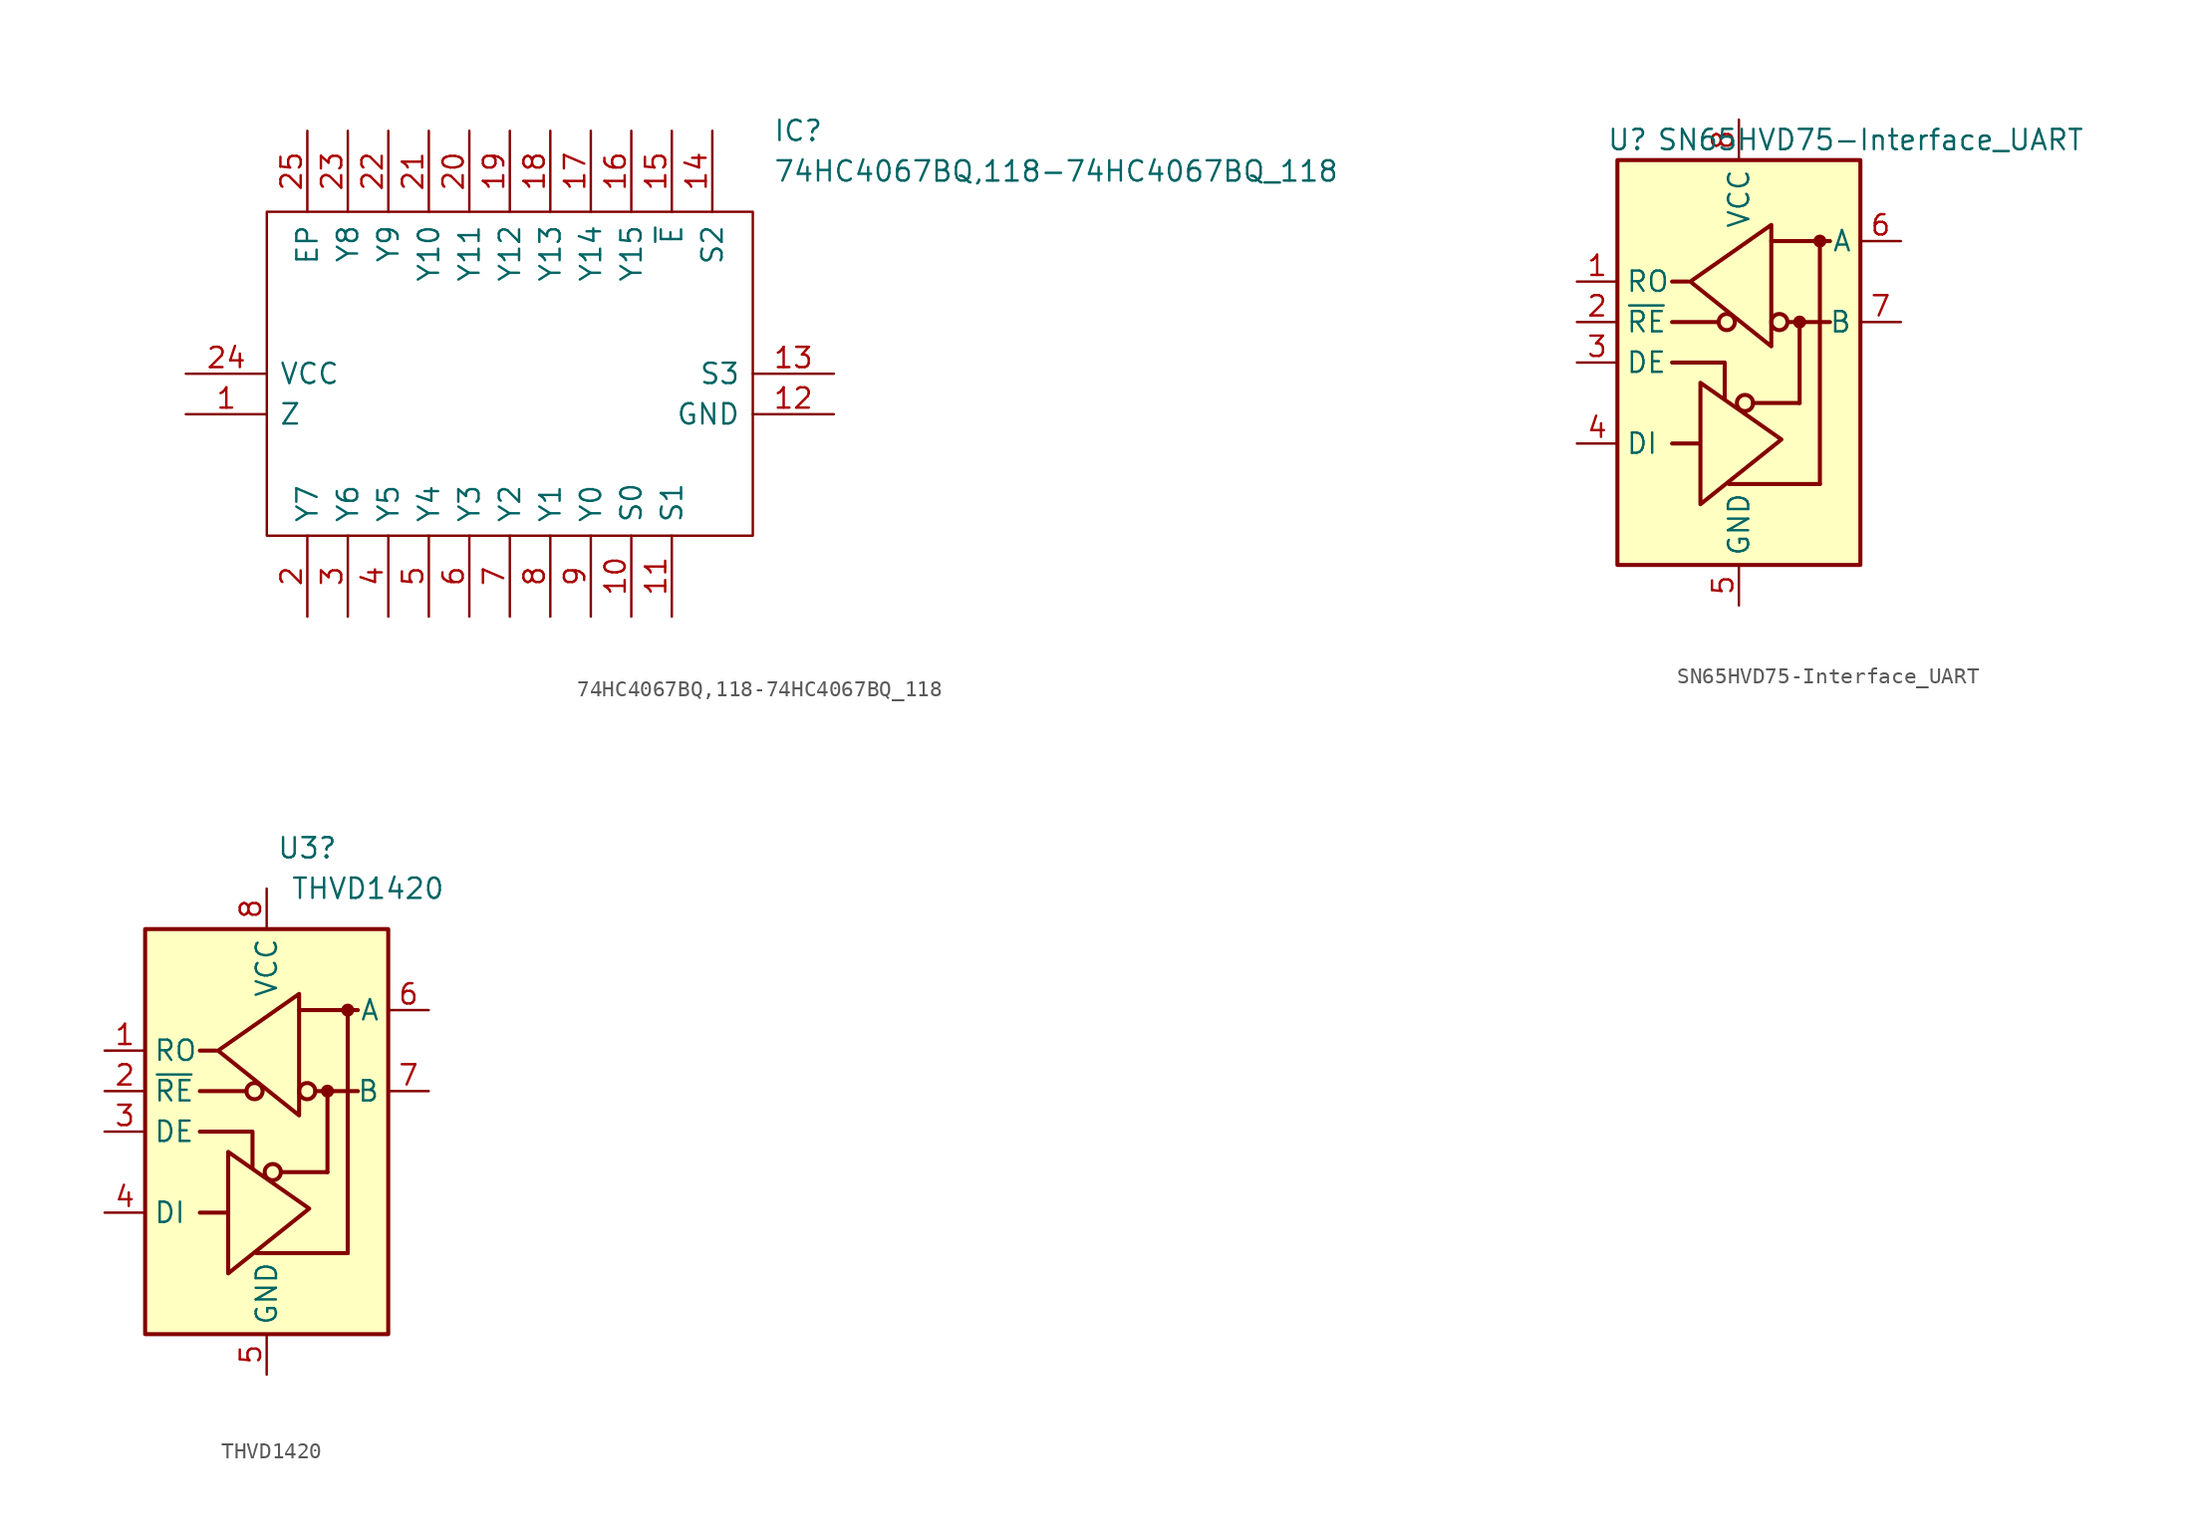
<source format=kicad_sym>
(kicad_symbol_lib
  (version 20211014)
  (generator kicad_symbol_editor)
  (symbol "74HC4067BQ,118-74HC4067BQ_118"
    (pin_names
      (offset 0.762))
    (property "Reference" "IC"
      (at 36.83 15.24 0)
      (effects (font (size 1.27 1.27)) (justify left)))
    (property "Value" "74HC4067BQ,118-74HC4067BQ_118"
      (at 36.83 12.7 0)
      (effects (font (size 1.27 1.27)) (justify left)))
    (symbol "74HC4067BQ,118-74HC4067BQ_118_0_0"
      (pin passive line (at 0 -2.54 0) (length 5.08) (name "Z" (effects (font (size 1.27 1.27)))) (number "1" (effects (font (size 1.27 1.27)))))
      (pin passive line (at 27.94 -15.24 90) (length 5.08) (name "S0" (effects (font (size 1.27 1.27)))) (number "10" (effects (font (size 1.27 1.27)))))
      (pin passive line (at 30.48 -15.24 90) (length 5.08) (name "S1" (effects (font (size 1.27 1.27)))) (number "11" (effects (font (size 1.27 1.27)))))
      (pin passive line (at 40.64 -2.54 180) (length 5.08) (name "GND" (effects (font (size 1.27 1.27)))) (number "12" (effects (font (size 1.27 1.27)))))
      (pin passive line (at 40.64 0 180) (length 5.08) (name "S3" (effects (font (size 1.27 1.27)))) (number "13" (effects (font (size 1.27 1.27)))))
      (pin passive line (at 33.02 15.24 270) (length 5.08) (name "S2" (effects (font (size 1.27 1.27)))) (number "14" (effects (font (size 1.27 1.27)))))
      (pin passive line (at 30.48 15.24 270) (length 5.08) (name "~{E}" (effects (font (size 1.27 1.27)))) (number "15" (effects (font (size 1.27 1.27)))))
      (pin passive line (at 27.94 15.24 270) (length 5.08) (name "Y15" (effects (font (size 1.27 1.27)))) (number "16" (effects (font (size 1.27 1.27)))))
      (pin passive line (at 25.4 15.24 270) (length 5.08) (name "Y14" (effects (font (size 1.27 1.27)))) (number "17" (effects (font (size 1.27 1.27)))))
      (pin passive line (at 22.86 15.24 270) (length 5.08) (name "Y13" (effects (font (size 1.27 1.27)))) (number "18" (effects (font (size 1.27 1.27)))))
      (pin passive line (at 20.32 15.24 270) (length 5.08) (name "Y12" (effects (font (size 1.27 1.27)))) (number "19" (effects (font (size 1.27 1.27)))))
      (pin passive line (at 7.62 -15.24 90) (length 5.08) (name "Y7" (effects (font (size 1.27 1.27)))) (number "2" (effects (font (size 1.27 1.27)))))
      (pin passive line (at 17.78 15.24 270) (length 5.08) (name "Y11" (effects (font (size 1.27 1.27)))) (number "20" (effects (font (size 1.27 1.27)))))
      (pin passive line (at 15.24 15.24 270) (length 5.08) (name "Y10" (effects (font (size 1.27 1.27)))) (number "21" (effects (font (size 1.27 1.27)))))
      (pin passive line (at 12.7 15.24 270) (length 5.08) (name "Y9" (effects (font (size 1.27 1.27)))) (number "22" (effects (font (size 1.27 1.27)))))
      (pin passive line (at 10.16 15.24 270) (length 5.08) (name "Y8" (effects (font (size 1.27 1.27)))) (number "23" (effects (font (size 1.27 1.27)))))
      (pin passive line (at 0 0 0) (length 5.08) (name "VCC" (effects (font (size 1.27 1.27)))) (number "24" (effects (font (size 1.27 1.27)))))
      (pin passive line (at 7.62 15.24 270) (length 5.08) (name "EP" (effects (font (size 1.27 1.27)))) (number "25" (effects (font (size 1.27 1.27)))))
      (pin passive line (at 10.16 -15.24 90) (length 5.08) (name "Y6" (effects (font (size 1.27 1.27)))) (number "3" (effects (font (size 1.27 1.27)))))
      (pin passive line (at 12.7 -15.24 90) (length 5.08) (name "Y5" (effects (font (size 1.27 1.27)))) (number "4" (effects (font (size 1.27 1.27)))))
      (pin passive line (at 15.24 -15.24 90) (length 5.08) (name "Y4" (effects (font (size 1.27 1.27)))) (number "5" (effects (font (size 1.27 1.27)))))
      (pin passive line (at 17.78 -15.24 90) (length 5.08) (name "Y3" (effects (font (size 1.27 1.27)))) (number "6" (effects (font (size 1.27 1.27)))))
      (pin passive line (at 20.32 -15.24 90) (length 5.08) (name "Y2" (effects (font (size 1.27 1.27)))) (number "7" (effects (font (size 1.27 1.27)))))
      (pin passive line (at 22.86 -15.24 90) (length 5.08) (name "Y1" (effects (font (size 1.27 1.27)))) (number "8" (effects (font (size 1.27 1.27)))))
      (pin passive line (at 25.4 -15.24 90) (length 5.08) (name "Y0" (effects (font (size 1.27 1.27)))) (number "9" (effects (font (size 1.27 1.27))))))
    (symbol "74HC4067BQ,118-74HC4067BQ_118_0_1"
      (polyline (pts (xy 5.08 10.16) (xy 35.56 10.16) (xy 35.56 -10.16) (xy 5.08 -10.16) (xy 5.08 10.16)) (stroke (width 0.152) (type default) (color 0 0 0 0)) (fill (type none)))))
  (symbol "SN65HVD75-Interface_UART"
    (property "Reference" "U"
      (at -6.985 13.97 0)
      (effects (font (size 1.27 1.27))))
    (property "Value" "SN65HVD75-Interface_UART"
      (at 8.255 13.97 0)
      (effects (font (size 1.27 1.27))))
    (symbol "SN65HVD75-Interface_UART_0_1"
      (rectangle (start -7.62 12.7) (end 7.62 -12.7) (stroke (width 0.254) (type default) (color 0 0 0 0)) (fill (type background))))
    (symbol "SN65HVD75-Interface_UART_1_1"
      (circle (center -0.762 2.54) (radius 0.508) (stroke (width 0.254) (type default) (color 0 0 0 0)) (fill (type none)))
      (polyline (pts (xy -4.191 2.54) (xy -1.27 2.54)) (stroke (width 0.254) (type default) (color 0 0 0 0)) (fill (type none)))
      (polyline (pts (xy -2.54 -5.08) (xy -4.191 -5.08)) (stroke (width 0.254) (type default) (color 0 0 0 0)) (fill (type none)))
      (polyline (pts (xy -0.635 -7.62) (xy 5.08 -7.62)) (stroke (width 0.254) (type default) (color 0 0 0 0)) (fill (type none)))
      (polyline (pts (xy 0.889 -2.54) (xy 3.81 -2.54)) (stroke (width 0.254) (type default) (color 0 0 0 0)) (fill (type none)))
      (polyline (pts (xy 2.032 7.62) (xy 5.715 7.62)) (stroke (width 0.254) (type default) (color 0 0 0 0)) (fill (type none)))
      (polyline (pts (xy 3.048 2.54) (xy 5.715 2.54)) (stroke (width 0.254) (type default) (color 0 0 0 0)) (fill (type none)))
      (polyline (pts (xy 3.81 -2.54) (xy 3.81 2.54)) (stroke (width 0.254) (type default) (color 0 0 0 0)) (fill (type none)))
      (polyline (pts (xy 5.08 -7.62) (xy 5.08 7.62)) (stroke (width 0.254) (type default) (color 0 0 0 0)) (fill (type none)))
      (polyline (pts (xy -4.191 0) (xy -0.889 0) (xy -0.889 -2.286)) (stroke (width 0.254) (type default) (color 0 0 0 0)) (fill (type none)))
      (polyline (pts (xy -3.175 5.08) (xy -4.191 5.08) (xy -4.064 5.08)) (stroke (width 0.254) (type default) (color 0 0 0 0)) (fill (type none)))
      (polyline (pts (xy -2.413 -5.08) (xy -2.413 -1.27) (xy 2.667 -4.826) (xy -2.413 -8.89) (xy -2.413 -5.08)) (stroke (width 0.254) (type default) (color 0 0 0 0)) (fill (type none)))
      (polyline (pts (xy 2.032 4.826) (xy 2.032 8.636) (xy -3.048 5.08) (xy 2.032 1.016) (xy 2.032 4.826)) (stroke (width 0.254) (type default) (color 0 0 0 0)) (fill (type none)))
      (circle (center 0.381 -2.54) (radius 0.508) (stroke (width 0.254) (type default) (color 0 0 0 0)) (fill (type none)))
      (circle (center 2.54 2.54) (radius 0.508) (stroke (width 0.254) (type default) (color 0 0 0 0)) (fill (type none)))
      (circle (center 3.81 2.54) (radius 0.279) (stroke (width 0.254) (type default) (color 0 0 0 0)) (fill (type outline)))
      (circle (center 5.08 7.62) (radius 0.279) (stroke (width 0.254) (type default) (color 0 0 0 0)) (fill (type outline)))
      (pin output line (at -10.16 5.08 0) (length 2.54) (name "RO" (effects (font (size 1.27 1.27)))) (number "1" (effects (font (size 1.27 1.27)))))
      (pin input line (at -10.16 2.54 0) (length 2.54) (name "~{RE}" (effects (font (size 1.27 1.27)))) (number "2" (effects (font (size 1.27 1.27)))))
      (pin input line (at -10.16 0 0) (length 2.54) (name "DE" (effects (font (size 1.27 1.27)))) (number "3" (effects (font (size 1.27 1.27)))))
      (pin input line (at -10.16 -5.08 0) (length 2.54) (name "DI" (effects (font (size 1.27 1.27)))) (number "4" (effects (font (size 1.27 1.27)))))
      (pin power_in line (at 0 -15.24 90) (length 2.54) (name "GND" (effects (font (size 1.27 1.27)))) (number "5" (effects (font (size 1.27 1.27)))))
      (pin bidirectional line (at 10.16 7.62 180) (length 2.54) (name "A" (effects (font (size 1.27 1.27)))) (number "6" (effects (font (size 1.27 1.27)))))
      (pin bidirectional line (at 10.16 2.54 180) (length 2.54) (name "B" (effects (font (size 1.27 1.27)))) (number "7" (effects (font (size 1.27 1.27)))))
      (pin power_in line (at 0 15.24 270) (length 2.54) (name "VCC" (effects (font (size 1.27 1.27)))) (number "8" (effects (font (size 1.27 1.27)))))))
  (symbol "THVD1420"
    (property "Reference" "U3"
      (at 2.54 17.78 0)
      (effects (font (size 1.27 1.27))))
    (property "Value" "THVD1420"
      (at 6.35 15.24 0)
      (effects (font (size 1.27 1.27))))
    (symbol "THVD1420_0_1"
      (rectangle (start -7.62 12.7) (end 7.62 -12.7) (stroke (width 0.254) (type default) (color 0 0 0 0)) (fill (type background))))
    (symbol "THVD1420_1_1"
      (circle (center -0.762 2.54) (radius 0.508) (stroke (width 0.254) (type default) (color 0 0 0 0)) (fill (type none)))
      (polyline (pts (xy -4.191 2.54) (xy -1.27 2.54)) (stroke (width 0.254) (type default) (color 0 0 0 0)) (fill (type none)))
      (polyline (pts (xy -2.54 -5.08) (xy -4.191 -5.08)) (stroke (width 0.254) (type default) (color 0 0 0 0)) (fill (type none)))
      (polyline (pts (xy -0.635 -7.62) (xy 5.08 -7.62)) (stroke (width 0.254) (type default) (color 0 0 0 0)) (fill (type none)))
      (polyline (pts (xy 0.889 -2.54) (xy 3.81 -2.54)) (stroke (width 0.254) (type default) (color 0 0 0 0)) (fill (type none)))
      (polyline (pts (xy 2.032 7.62) (xy 5.715 7.62)) (stroke (width 0.254) (type default) (color 0 0 0 0)) (fill (type none)))
      (polyline (pts (xy 3.048 2.54) (xy 5.715 2.54)) (stroke (width 0.254) (type default) (color 0 0 0 0)) (fill (type none)))
      (polyline (pts (xy 3.81 -2.54) (xy 3.81 2.54)) (stroke (width 0.254) (type default) (color 0 0 0 0)) (fill (type none)))
      (polyline (pts (xy 5.08 -7.62) (xy 5.08 7.62)) (stroke (width 0.254) (type default) (color 0 0 0 0)) (fill (type none)))
      (polyline (pts (xy -4.191 0) (xy -0.889 0) (xy -0.889 -2.286)) (stroke (width 0.254) (type default) (color 0 0 0 0)) (fill (type none)))
      (polyline (pts (xy -3.175 5.08) (xy -4.191 5.08) (xy -4.064 5.08)) (stroke (width 0.254) (type default) (color 0 0 0 0)) (fill (type none)))
      (polyline (pts (xy -2.413 -5.08) (xy -2.413 -1.27) (xy 2.667 -4.826) (xy -2.413 -8.89) (xy -2.413 -5.08)) (stroke (width 0.254) (type default) (color 0 0 0 0)) (fill (type none)))
      (polyline (pts (xy 2.032 4.826) (xy 2.032 8.636) (xy -3.048 5.08) (xy 2.032 1.016) (xy 2.032 4.826)) (stroke (width 0.254) (type default) (color 0 0 0 0)) (fill (type none)))
      (circle (center 0.381 -2.54) (radius 0.508) (stroke (width 0.254) (type default) (color 0 0 0 0)) (fill (type none)))
      (circle (center 2.54 2.54) (radius 0.508) (stroke (width 0.254) (type default) (color 0 0 0 0)) (fill (type none)))
      (circle (center 3.81 2.54) (radius 0.279) (stroke (width 0.254) (type default) (color 0 0 0 0)) (fill (type outline)))
      (circle (center 5.08 7.62) (radius 0.279) (stroke (width 0.254) (type default) (color 0 0 0 0)) (fill (type outline)))
      (pin output line (at -10.16 5.08 0) (length 2.54) (name "RO" (effects (font (size 1.27 1.27)))) (number "1" (effects (font (size 1.27 1.27)))))
      (pin input line (at -10.16 2.54 0) (length 2.54) (name "~{RE}" (effects (font (size 1.27 1.27)))) (number "2" (effects (font (size 1.27 1.27)))))
      (pin input line (at -10.16 0 0) (length 2.54) (name "DE" (effects (font (size 1.27 1.27)))) (number "3" (effects (font (size 1.27 1.27)))))
      (pin input line (at -10.16 -5.08 0) (length 2.54) (name "DI" (effects (font (size 1.27 1.27)))) (number "4" (effects (font (size 1.27 1.27)))))
      (pin power_in line (at 0 -15.24 90) (length 2.54) (name "GND" (effects (font (size 1.27 1.27)))) (number "5" (effects (font (size 1.27 1.27)))))
      (pin bidirectional line (at 10.16 7.62 180) (length 2.54) (name "A" (effects (font (size 1.27 1.27)))) (number "6" (effects (font (size 1.27 1.27)))))
      (pin bidirectional line (at 10.16 2.54 180) (length 2.54) (name "B" (effects (font (size 1.27 1.27)))) (number "7" (effects (font (size 1.27 1.27)))))
      (pin power_in line (at 0 15.24 270) (length 2.54) (name "VCC" (effects (font (size 1.27 1.27)))) (number "8" (effects (font (size 1.27 1.27))))))))
</source>
